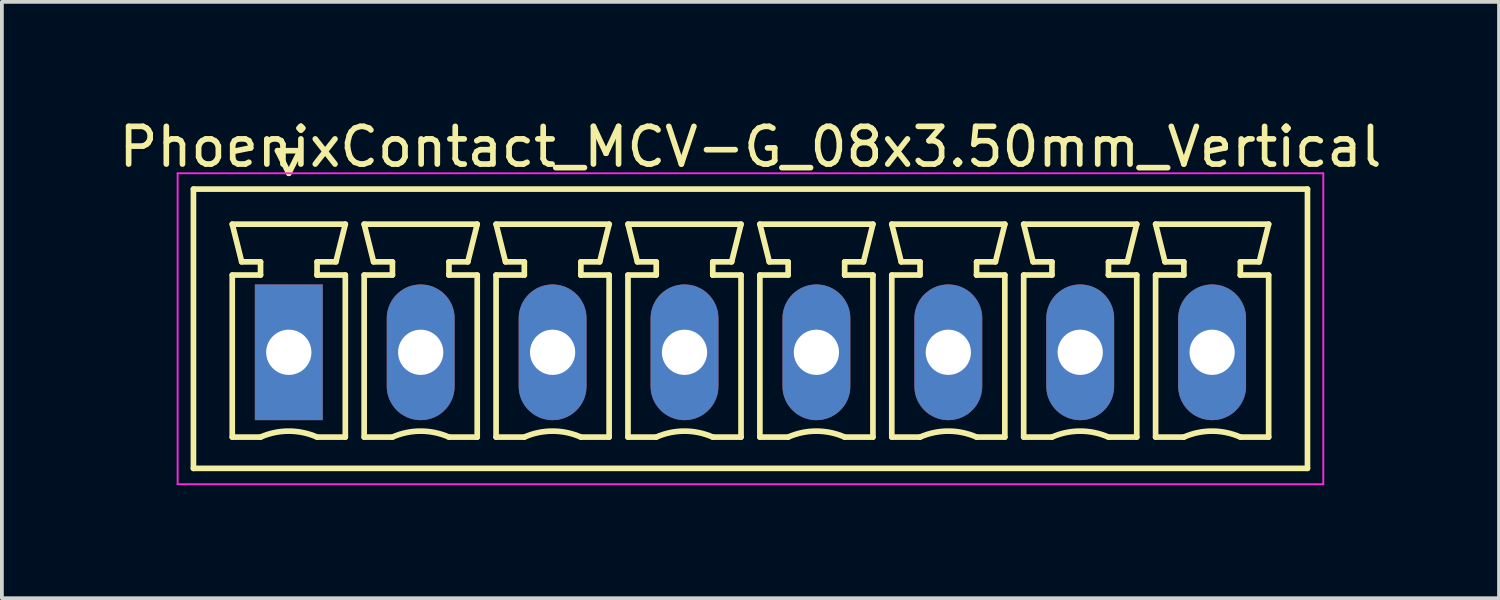
<source format=kicad_pcb>
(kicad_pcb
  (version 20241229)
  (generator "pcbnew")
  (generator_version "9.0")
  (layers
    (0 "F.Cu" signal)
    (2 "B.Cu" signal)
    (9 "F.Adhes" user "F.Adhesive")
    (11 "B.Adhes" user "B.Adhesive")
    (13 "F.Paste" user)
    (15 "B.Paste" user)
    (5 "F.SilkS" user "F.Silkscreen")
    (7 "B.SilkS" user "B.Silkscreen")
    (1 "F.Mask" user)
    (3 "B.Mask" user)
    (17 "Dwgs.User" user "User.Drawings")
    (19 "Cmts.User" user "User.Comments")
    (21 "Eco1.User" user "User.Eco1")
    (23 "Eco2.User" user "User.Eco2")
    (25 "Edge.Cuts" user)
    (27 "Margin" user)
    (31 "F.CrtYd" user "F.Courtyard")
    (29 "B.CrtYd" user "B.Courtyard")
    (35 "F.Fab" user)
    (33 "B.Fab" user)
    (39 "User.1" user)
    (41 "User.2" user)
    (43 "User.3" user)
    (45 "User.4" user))
  (footprint "PhoenixContact_MCV-G_08x3.50mm_Vertical"
    (layer "F.Cu")
    (at 4.613 6.298)
    (property "Reference" "PhoenixContact_MCV-G_08x3.50mm_Vertical" (at 12.25 -5.45 0) (layer "F.SilkS") (effects (font (size 1 1) (thickness 0.15))))
    (attr through_hole)
    (fp_line (start -2.53 -4.33) (end -2.53 3.08) (stroke (width 0.15) (type solid)) (layer "F.SilkS"))
    (fp_line (start -2.53 3.08) (end 27.03 3.08) (stroke (width 0.15) (type solid)) (layer "F.SilkS"))
    (fp_line (start -1.5 -3.4) (end 1.5 -3.4) (stroke (width 0.15) (type solid)) (layer "F.SilkS"))
    (fp_line (start -1.5 -2.05) (end -0.75 -2.05) (stroke (width 0.15) (type solid)) (layer "F.SilkS"))
    (fp_line (start -1.5 2.25) (end -1.5 -2.05) (stroke (width 0.15) (type solid)) (layer "F.SilkS"))
    (fp_line (start -1.25 -2.4) (end -1.5 -3.4) (stroke (width 0.15) (type solid)) (layer "F.SilkS"))
    (fp_line (start -0.75 -2.4) (end -1.25 -2.4) (stroke (width 0.15) (type solid)) (layer "F.SilkS"))
    (fp_line (start -0.75 -2.05) (end -0.75 -2.4) (stroke (width 0.15) (type solid)) (layer "F.SilkS"))
    (fp_line (start -0.75 2.25) (end -1.5 2.25) (stroke (width 0.15) (type solid)) (layer "F.SilkS"))
    (fp_line (start -0.3 -5.35) (end 0 -4.75) (stroke (width 0.15) (type solid)) (layer "F.SilkS"))
    (fp_line (start 0 -4.75) (end 0.3 -5.35) (stroke (width 0.15) (type solid)) (layer "F.SilkS"))
    (fp_line (start 0.3 -5.35) (end -0.3 -5.35) (stroke (width 0.15) (type solid)) (layer "F.SilkS"))
    (fp_line (start 0.75 -2.4) (end 0.75 -2.05) (stroke (width 0.15) (type solid)) (layer "F.SilkS"))
    (fp_line (start 0.75 -2.05) (end 0.75 -2.05) (stroke (width 0.15) (type solid)) (layer "F.SilkS"))
    (fp_line (start 0.75 -2.05) (end 1.5 -2.05) (stroke (width 0.15) (type solid)) (layer "F.SilkS"))
    (fp_line (start 1.25 -2.4) (end 0.75 -2.4) (stroke (width 0.15) (type solid)) (layer "F.SilkS"))
    (fp_line (start 1.5 -3.4) (end 1.25 -2.4) (stroke (width 0.15) (type solid)) (layer "F.SilkS"))
    (fp_line (start 1.5 -2.05) (end 1.5 2.25) (stroke (width 0.15) (type solid)) (layer "F.SilkS"))
    (fp_line (start 1.5 2.25) (end 0.75 2.25) (stroke (width 0.15) (type solid)) (layer "F.SilkS"))
    (fp_line (start 2 -3.4) (end 5 -3.4) (stroke (width 0.15) (type solid)) (layer "F.SilkS"))
    (fp_line (start 2 -2.05) (end 2.75 -2.05) (stroke (width 0.15) (type solid)) (layer "F.SilkS"))
    (fp_line (start 2 2.25) (end 2 -2.05) (stroke (width 0.15) (type solid)) (layer "F.SilkS"))
    (fp_line (start 2.25 -2.4) (end 2 -3.4) (stroke (width 0.15) (type solid)) (layer "F.SilkS"))
    (fp_line (start 2.75 -2.4) (end 2.25 -2.4) (stroke (width 0.15) (type solid)) (layer "F.SilkS"))
    (fp_line (start 2.75 -2.05) (end 2.75 -2.4) (stroke (width 0.15) (type solid)) (layer "F.SilkS"))
    (fp_line (start 2.75 2.25) (end 2 2.25) (stroke (width 0.15) (type solid)) (layer "F.SilkS"))
    (fp_line (start 4.25 -2.4) (end 4.25 -2.05) (stroke (width 0.15) (type solid)) (layer "F.SilkS"))
    (fp_line (start 4.25 -2.05) (end 4.25 -2.05) (stroke (width 0.15) (type solid)) (layer "F.SilkS"))
    (fp_line (start 4.25 -2.05) (end 5 -2.05) (stroke (width 0.15) (type solid)) (layer "F.SilkS"))
    (fp_line (start 4.75 -2.4) (end 4.25 -2.4) (stroke (width 0.15) (type solid)) (layer "F.SilkS"))
    (fp_line (start 5 -3.4) (end 4.75 -2.4) (stroke (width 0.15) (type solid)) (layer "F.SilkS"))
    (fp_line (start 5 -2.05) (end 5 2.25) (stroke (width 0.15) (type solid)) (layer "F.SilkS"))
    (fp_line (start 5 2.25) (end 4.25 2.25) (stroke (width 0.15) (type solid)) (layer "F.SilkS"))
    (fp_line (start 5.5 -3.4) (end 8.5 -3.4) (stroke (width 0.15) (type solid)) (layer "F.SilkS"))
    (fp_line (start 5.5 -2.05) (end 6.25 -2.05) (stroke (width 0.15) (type solid)) (layer "F.SilkS"))
    (fp_line (start 5.5 2.25) (end 5.5 -2.05) (stroke (width 0.15) (type solid)) (layer "F.SilkS"))
    (fp_line (start 5.75 -2.4) (end 5.5 -3.4) (stroke (width 0.15) (type solid)) (layer "F.SilkS"))
    (fp_line (start 6.25 -2.4) (end 5.75 -2.4) (stroke (width 0.15) (type solid)) (layer "F.SilkS"))
    (fp_line (start 6.25 -2.05) (end 6.25 -2.4) (stroke (width 0.15) (type solid)) (layer "F.SilkS"))
    (fp_line (start 6.25 2.25) (end 5.5 2.25) (stroke (width 0.15) (type solid)) (layer "F.SilkS"))
    (fp_line (start 7.75 -2.4) (end 7.75 -2.05) (stroke (width 0.15) (type solid)) (layer "F.SilkS"))
    (fp_line (start 7.75 -2.05) (end 7.75 -2.05) (stroke (width 0.15) (type solid)) (layer "F.SilkS"))
    (fp_line (start 7.75 -2.05) (end 8.5 -2.05) (stroke (width 0.15) (type solid)) (layer "F.SilkS"))
    (fp_line (start 8.25 -2.4) (end 7.75 -2.4) (stroke (width 0.15) (type solid)) (layer "F.SilkS"))
    (fp_line (start 8.5 -3.4) (end 8.25 -2.4) (stroke (width 0.15) (type solid)) (layer "F.SilkS"))
    (fp_line (start 8.5 -2.05) (end 8.5 2.25) (stroke (width 0.15) (type solid)) (layer "F.SilkS"))
    (fp_line (start 8.5 2.25) (end 7.75 2.25) (stroke (width 0.15) (type solid)) (layer "F.SilkS"))
    (fp_line (start 9 -3.4) (end 12 -3.4) (stroke (width 0.15) (type solid)) (layer "F.SilkS"))
    (fp_line (start 9 -2.05) (end 9.75 -2.05) (stroke (width 0.15) (type solid)) (layer "F.SilkS"))
    (fp_line (start 9 2.25) (end 9 -2.05) (stroke (width 0.15) (type solid)) (layer "F.SilkS"))
    (fp_line (start 9.25 -2.4) (end 9 -3.4) (stroke (width 0.15) (type solid)) (layer "F.SilkS"))
    (fp_line (start 9.75 -2.4) (end 9.25 -2.4) (stroke (width 0.15) (type solid)) (layer "F.SilkS"))
    (fp_line (start 9.75 -2.05) (end 9.75 -2.4) (stroke (width 0.15) (type solid)) (layer "F.SilkS"))
    (fp_line (start 9.75 2.25) (end 9 2.25) (stroke (width 0.15) (type solid)) (layer "F.SilkS"))
    (fp_line (start 11.25 -2.4) (end 11.25 -2.05) (stroke (width 0.15) (type solid)) (layer "F.SilkS"))
    (fp_line (start 11.25 -2.05) (end 11.25 -2.05) (stroke (width 0.15) (type solid)) (layer "F.SilkS"))
    (fp_line (start 11.25 -2.05) (end 12 -2.05) (stroke (width 0.15) (type solid)) (layer "F.SilkS"))
    (fp_line (start 11.75 -2.4) (end 11.25 -2.4) (stroke (width 0.15) (type solid)) (layer "F.SilkS"))
    (fp_line (start 12 -3.4) (end 11.75 -2.4) (stroke (width 0.15) (type solid)) (layer "F.SilkS"))
    (fp_line (start 12 -2.05) (end 12 2.25) (stroke (width 0.15) (type solid)) (layer "F.SilkS"))
    (fp_line (start 12 2.25) (end 11.25 2.25) (stroke (width 0.15) (type solid)) (layer "F.SilkS"))
    (fp_line (start 12.5 -3.4) (end 15.5 -3.4) (stroke (width 0.15) (type solid)) (layer "F.SilkS"))
    (fp_line (start 12.5 -2.05) (end 13.25 -2.05) (stroke (width 0.15) (type solid)) (layer "F.SilkS"))
    (fp_line (start 12.5 2.25) (end 12.5 -2.05) (stroke (width 0.15) (type solid)) (layer "F.SilkS"))
    (fp_line (start 12.75 -2.4) (end 12.5 -3.4) (stroke (width 0.15) (type solid)) (layer "F.SilkS"))
    (fp_line (start 13.25 -2.4) (end 12.75 -2.4) (stroke (width 0.15) (type solid)) (layer "F.SilkS"))
    (fp_line (start 13.25 -2.05) (end 13.25 -2.4) (stroke (width 0.15) (type solid)) (layer "F.SilkS"))
    (fp_line (start 13.25 2.25) (end 12.5 2.25) (stroke (width 0.15) (type solid)) (layer "F.SilkS"))
    (fp_line (start 14.75 -2.4) (end 14.75 -2.05) (stroke (width 0.15) (type solid)) (layer "F.SilkS"))
    (fp_line (start 14.75 -2.05) (end 14.75 -2.05) (stroke (width 0.15) (type solid)) (layer "F.SilkS"))
    (fp_line (start 14.75 -2.05) (end 15.5 -2.05) (stroke (width 0.15) (type solid)) (layer "F.SilkS"))
    (fp_line (start 15.25 -2.4) (end 14.75 -2.4) (stroke (width 0.15) (type solid)) (layer "F.SilkS"))
    (fp_line (start 15.5 -3.4) (end 15.25 -2.4) (stroke (width 0.15) (type solid)) (layer "F.SilkS"))
    (fp_line (start 15.5 -2.05) (end 15.5 2.25) (stroke (width 0.15) (type solid)) (layer "F.SilkS"))
    (fp_line (start 15.5 2.25) (end 14.75 2.25) (stroke (width 0.15) (type solid)) (layer "F.SilkS"))
    (fp_line (start 16 -3.4) (end 19 -3.4) (stroke (width 0.15) (type solid)) (layer "F.SilkS"))
    (fp_line (start 16 -2.05) (end 16.75 -2.05) (stroke (width 0.15) (type solid)) (layer "F.SilkS"))
    (fp_line (start 16 2.25) (end 16 -2.05) (stroke (width 0.15) (type solid)) (layer "F.SilkS"))
    (fp_line (start 16.25 -2.4) (end 16 -3.4) (stroke (width 0.15) (type solid)) (layer "F.SilkS"))
    (fp_line (start 16.75 -2.4) (end 16.25 -2.4) (stroke (width 0.15) (type solid)) (layer "F.SilkS"))
    (fp_line (start 16.75 -2.05) (end 16.75 -2.4) (stroke (width 0.15) (type solid)) (layer "F.SilkS"))
    (fp_line (start 16.75 2.25) (end 16 2.25) (stroke (width 0.15) (type solid)) (layer "F.SilkS"))
    (fp_line (start 18.25 -2.4) (end 18.25 -2.05) (stroke (width 0.15) (type solid)) (layer "F.SilkS"))
    (fp_line (start 18.25 -2.05) (end 18.25 -2.05) (stroke (width 0.15) (type solid)) (layer "F.SilkS"))
    (fp_line (start 18.25 -2.05) (end 19 -2.05) (stroke (width 0.15) (type solid)) (layer "F.SilkS"))
    (fp_line (start 18.75 -2.4) (end 18.25 -2.4) (stroke (width 0.15) (type solid)) (layer "F.SilkS"))
    (fp_line (start 19 -3.4) (end 18.75 -2.4) (stroke (width 0.15) (type solid)) (layer "F.SilkS"))
    (fp_line (start 19 -2.05) (end 19 2.25) (stroke (width 0.15) (type solid)) (layer "F.SilkS"))
    (fp_line (start 19 2.25) (end 18.25 2.25) (stroke (width 0.15) (type solid)) (layer "F.SilkS"))
    (fp_line (start 19.5 -3.4) (end 22.5 -3.4) (stroke (width 0.15) (type solid)) (layer "F.SilkS"))
    (fp_line (start 19.5 -2.05) (end 20.25 -2.05) (stroke (width 0.15) (type solid)) (layer "F.SilkS"))
    (fp_line (start 19.5 2.25) (end 19.5 -2.05) (stroke (width 0.15) (type solid)) (layer "F.SilkS"))
    (fp_line (start 19.75 -2.4) (end 19.5 -3.4) (stroke (width 0.15) (type solid)) (layer "F.SilkS"))
    (fp_line (start 20.25 -2.4) (end 19.75 -2.4) (stroke (width 0.15) (type solid)) (layer "F.SilkS"))
    (fp_line (start 20.25 -2.05) (end 20.25 -2.4) (stroke (width 0.15) (type solid)) (layer "F.SilkS"))
    (fp_line (start 20.25 2.25) (end 19.5 2.25) (stroke (width 0.15) (type solid)) (layer "F.SilkS"))
    (fp_line (start 21.75 -2.4) (end 21.75 -2.05) (stroke (width 0.15) (type solid)) (layer "F.SilkS"))
    (fp_line (start 21.75 -2.05) (end 21.75 -2.05) (stroke (width 0.15) (type solid)) (layer "F.SilkS"))
    (fp_line (start 21.75 -2.05) (end 22.5 -2.05) (stroke (width 0.15) (type solid)) (layer "F.SilkS"))
    (fp_line (start 22.25 -2.4) (end 21.75 -2.4) (stroke (width 0.15) (type solid)) (layer "F.SilkS"))
    (fp_line (start 22.5 -3.4) (end 22.25 -2.4) (stroke (width 0.15) (type solid)) (layer "F.SilkS"))
    (fp_line (start 22.5 -2.05) (end 22.5 2.25) (stroke (width 0.15) (type solid)) (layer "F.SilkS"))
    (fp_line (start 22.5 2.25) (end 21.75 2.25) (stroke (width 0.15) (type solid)) (layer "F.SilkS"))
    (fp_line (start 23 -3.4) (end 26 -3.4) (stroke (width 0.15) (type solid)) (layer "F.SilkS"))
    (fp_line (start 23 -2.05) (end 23.75 -2.05) (stroke (width 0.15) (type solid)) (layer "F.SilkS"))
    (fp_line (start 23 2.25) (end 23 -2.05) (stroke (width 0.15) (type solid)) (layer "F.SilkS"))
    (fp_line (start 23.25 -2.4) (end 23 -3.4) (stroke (width 0.15) (type solid)) (layer "F.SilkS"))
    (fp_line (start 23.75 -2.4) (end 23.25 -2.4) (stroke (width 0.15) (type solid)) (layer "F.SilkS"))
    (fp_line (start 23.75 -2.05) (end 23.75 -2.4) (stroke (width 0.15) (type solid)) (layer "F.SilkS"))
    (fp_line (start 23.75 2.25) (end 23 2.25) (stroke (width 0.15) (type solid)) (layer "F.SilkS"))
    (fp_line (start 25.25 -2.4) (end 25.25 -2.05) (stroke (width 0.15) (type solid)) (layer "F.SilkS"))
    (fp_line (start 25.25 -2.05) (end 25.25 -2.05) (stroke (width 0.15) (type solid)) (layer "F.SilkS"))
    (fp_line (start 25.25 -2.05) (end 26 -2.05) (stroke (width 0.15) (type solid)) (layer "F.SilkS"))
    (fp_line (start 25.75 -2.4) (end 25.25 -2.4) (stroke (width 0.15) (type solid)) (layer "F.SilkS"))
    (fp_line (start 26 -3.4) (end 25.75 -2.4) (stroke (width 0.15) (type solid)) (layer "F.SilkS"))
    (fp_line (start 26 -2.05) (end 26 2.25) (stroke (width 0.15) (type solid)) (layer "F.SilkS"))
    (fp_line (start 26 2.25) (end 25.25 2.25) (stroke (width 0.15) (type solid)) (layer "F.SilkS"))
    (fp_line (start 27.03 -4.33) (end -2.53 -4.33) (stroke (width 0.15) (type solid)) (layer "F.SilkS"))
    (fp_line (start 27.03 3.08) (end 27.03 -4.33) (stroke (width 0.15) (type solid)) (layer "F.SilkS"))
    (fp_arc (start -0.75 2.25) (mid -0.000193 2.09191) (end 0.749647 2.249844) (stroke (width 0.15) (type solid)) (layer "F.SilkS"))
    (fp_arc (start 2.75 2.25) (mid 3.499807 2.09191) (end 4.249647 2.249844) (stroke (width 0.15) (type solid)) (layer "F.SilkS"))
    (fp_arc (start 6.25 2.25) (mid 6.999807 2.09191) (end 7.749647 2.249844) (stroke (width 0.15) (type solid)) (layer "F.SilkS"))
    (fp_arc (start 9.75 2.25) (mid 10.499807 2.09191) (end 11.249647 2.249844) (stroke (width 0.15) (type solid)) (layer "F.SilkS"))
    (fp_arc (start 13.25 2.25) (mid 13.999807 2.09191) (end 14.749647 2.249844) (stroke (width 0.15) (type solid)) (layer "F.SilkS"))
    (fp_arc (start 16.75 2.25) (mid 17.499807 2.09191) (end 18.249647 2.249844) (stroke (width 0.15) (type solid)) (layer "F.SilkS"))
    (fp_arc (start 20.25 2.25) (mid 20.999807 2.09191) (end 21.749647 2.249844) (stroke (width 0.15) (type solid)) (layer "F.SilkS"))
    (fp_arc (start 23.75 2.25) (mid 24.499807 2.09191) (end 25.249647 2.249844) (stroke (width 0.15) (type solid)) (layer "F.SilkS"))
    (fp_line (start -2.95 -4.75) (end -2.95 3.5) (stroke (width 0.05) (type solid)) (layer "F.CrtYd"))
    (fp_line (start -2.95 3.5) (end 27.45 3.5) (stroke (width 0.05) (type solid)) (layer "F.CrtYd"))
    (fp_line (start 27.45 -4.75) (end -2.95 -4.75) (stroke (width 0.05) (type solid)) (layer "F.CrtYd"))
    (fp_line (start 27.45 3.5) (end 27.45 -4.75) (stroke (width 0.05) (type solid)) (layer "F.CrtYd"))
    (pad "1" thru_hole rect (at 0 0) (size 1.8 3.6) (drill 1.2) (layers "*.Cu" "*.Mask"))
    (pad "2" thru_hole oval (at 3.5 0) (size 1.8 3.6) (drill 1.2) (layers "*.Cu" "*.Mask"))
    (pad "3" thru_hole oval (at 7 0) (size 1.8 3.6) (drill 1.2) (layers "*.Cu" "*.Mask"))
    (pad "4" thru_hole oval (at 10.5 0) (size 1.8 3.6) (drill 1.2) (layers "*.Cu" "*.Mask"))
    (pad "5" thru_hole oval (at 14 0) (size 1.8 3.6) (drill 1.2) (layers "*.Cu" "*.Mask"))
    (pad "6" thru_hole oval (at 17.5 0) (size 1.8 3.6) (drill 1.2) (layers "*.Cu" "*.Mask"))
    (pad "7" thru_hole oval (at 21 0) (size 1.8 3.6) (drill 1.2) (layers "*.Cu" "*.Mask"))
    (pad "8" thru_hole oval (at 24.5 0) (size 1.8 3.6) (drill 1.2) (layers "*.Cu" "*.Mask")))
  (gr_rect
    (start -3 -3)
    (end 36.726 12.823)
    (stroke (width 0.1) (type default))
    (fill no)
    (layer "Edge.Cuts")))
</source>
